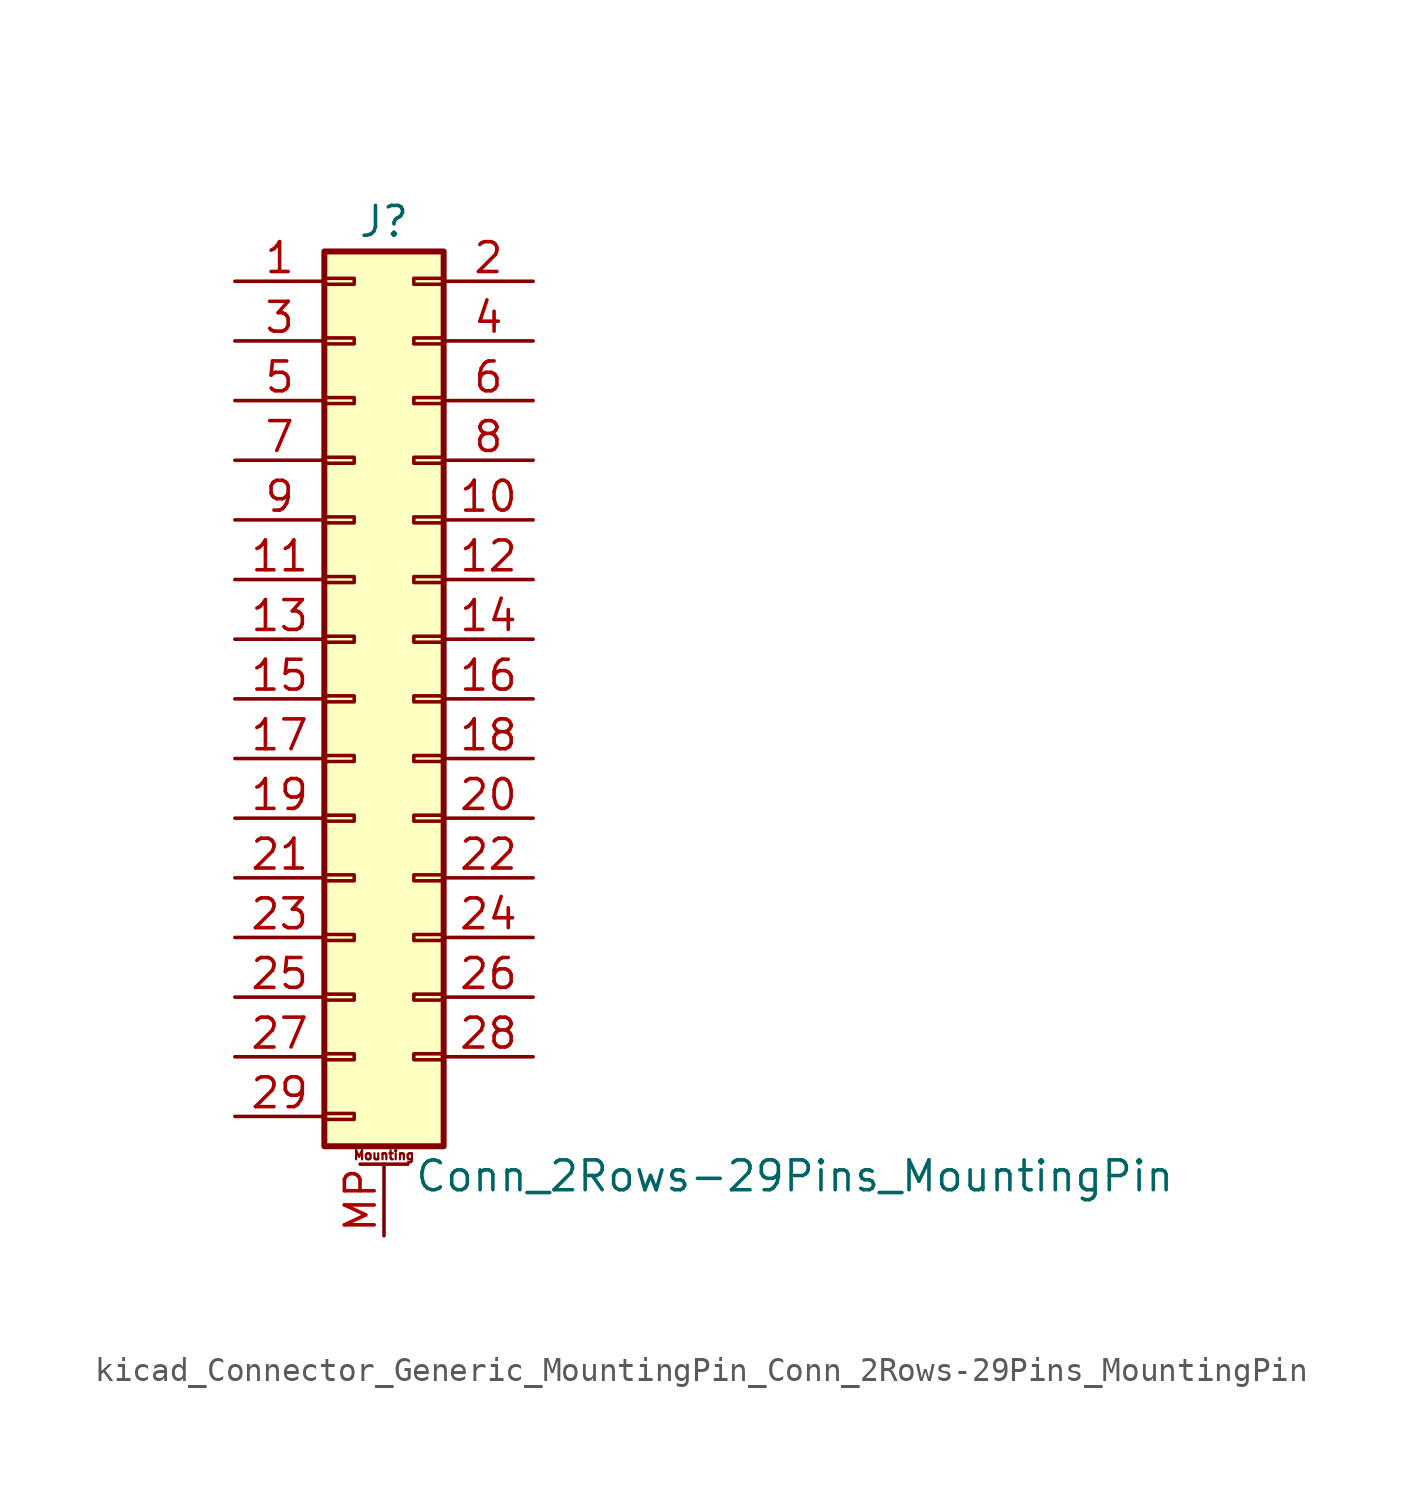
<source format=kicad_sym>
(kicad_symbol_lib
  (version 20220914)
  (generator kicad_symbol_editor)
  (symbol "kicad_Connector_Generic_MountingPin_Conn_2Rows-29Pins_MountingPin"
    (pin_names
      (offset 1.016) hide)
    (property "Reference" "J"
      (at 1.27 20.32 0)
      (effects (font (size 1.27 1.27))))
    (property "Value" "Conn_2Rows-29Pins_MountingPin"
      (at 2.54 -20.32 0)
      (effects (font (size 1.27 1.27)) (justify left)))
    (symbol "kicad_Connector_Generic_MountingPin_Conn_2Rows-29Pins_MountingPin_1_1"
      (rectangle (start -1.27 -17.653) (end 0 -17.907) (stroke (width 0.152) (type default)) (fill (type none)))
      (rectangle (start -1.27 -15.113) (end 0 -15.367) (stroke (width 0.152) (type default)) (fill (type none)))
      (rectangle (start -1.27 -12.573) (end 0 -12.827) (stroke (width 0.152) (type default)) (fill (type none)))
      (rectangle (start -1.27 -10.033) (end 0 -10.287) (stroke (width 0.152) (type default)) (fill (type none)))
      (rectangle (start -1.27 -7.493) (end 0 -7.747) (stroke (width 0.152) (type default)) (fill (type none)))
      (rectangle (start -1.27 -4.953) (end 0 -5.207) (stroke (width 0.152) (type default)) (fill (type none)))
      (rectangle (start -1.27 -2.413) (end 0 -2.667) (stroke (width 0.152) (type default)) (fill (type none)))
      (rectangle (start -1.27 0.127) (end 0 -0.127) (stroke (width 0.152) (type default)) (fill (type none)))
      (rectangle (start -1.27 2.667) (end 0 2.413) (stroke (width 0.152) (type default)) (fill (type none)))
      (rectangle (start -1.27 5.207) (end 0 4.953) (stroke (width 0.152) (type default)) (fill (type none)))
      (rectangle (start -1.27 7.747) (end 0 7.493) (stroke (width 0.152) (type default)) (fill (type none)))
      (rectangle (start -1.27 10.287) (end 0 10.033) (stroke (width 0.152) (type default)) (fill (type none)))
      (rectangle (start -1.27 12.827) (end 0 12.573) (stroke (width 0.152) (type default)) (fill (type none)))
      (rectangle (start -1.27 15.367) (end 0 15.113) (stroke (width 0.152) (type default)) (fill (type none)))
      (rectangle (start -1.27 17.907) (end 0 17.653) (stroke (width 0.152) (type default)) (fill (type none)))
      (rectangle (start -1.27 19.05) (end 3.81 -19.05) (stroke (width 0.254) (type default)) (fill (type background)))
      (polyline (pts (xy 0.254 -19.812) (xy 2.286 -19.812)) (stroke (width 0.152) (type default)) (fill (type none)))
      (rectangle (start 3.81 -15.113) (end 2.54 -15.367) (stroke (width 0.152) (type default)) (fill (type none)))
      (rectangle (start 3.81 -12.573) (end 2.54 -12.827) (stroke (width 0.152) (type default)) (fill (type none)))
      (rectangle (start 3.81 -10.033) (end 2.54 -10.287) (stroke (width 0.152) (type default)) (fill (type none)))
      (rectangle (start 3.81 -7.493) (end 2.54 -7.747) (stroke (width 0.152) (type default)) (fill (type none)))
      (rectangle (start 3.81 -4.953) (end 2.54 -5.207) (stroke (width 0.152) (type default)) (fill (type none)))
      (rectangle (start 3.81 -2.413) (end 2.54 -2.667) (stroke (width 0.152) (type default)) (fill (type none)))
      (rectangle (start 3.81 0.127) (end 2.54 -0.127) (stroke (width 0.152) (type default)) (fill (type none)))
      (rectangle (start 3.81 2.667) (end 2.54 2.413) (stroke (width 0.152) (type default)) (fill (type none)))
      (rectangle (start 3.81 5.207) (end 2.54 4.953) (stroke (width 0.152) (type default)) (fill (type none)))
      (rectangle (start 3.81 7.747) (end 2.54 7.493) (stroke (width 0.152) (type default)) (fill (type none)))
      (rectangle (start 3.81 10.287) (end 2.54 10.033) (stroke (width 0.152) (type default)) (fill (type none)))
      (rectangle (start 3.81 12.827) (end 2.54 12.573) (stroke (width 0.152) (type default)) (fill (type none)))
      (rectangle (start 3.81 15.367) (end 2.54 15.113) (stroke (width 0.152) (type default)) (fill (type none)))
      (rectangle (start 3.81 17.907) (end 2.54 17.653) (stroke (width 0.152) (type default)) (fill (type none)))
      (text "Mounting" (at 1.27 -19.431 0) (effects (font (size 0.381 0.381))))
      (pin passive line (at -5.08 17.78 0) (length 3.81) (name "Pin_1" (effects (font (size 1.27 1.27)))) (number "1" (effects (font (size 1.27 1.27)))))
      (pin passive line (at 7.62 7.62 180) (length 3.81) (name "Pin_10" (effects (font (size 1.27 1.27)))) (number "10" (effects (font (size 1.27 1.27)))))
      (pin passive line (at -5.08 5.08 0) (length 3.81) (name "Pin_11" (effects (font (size 1.27 1.27)))) (number "11" (effects (font (size 1.27 1.27)))))
      (pin passive line (at 7.62 5.08 180) (length 3.81) (name "Pin_12" (effects (font (size 1.27 1.27)))) (number "12" (effects (font (size 1.27 1.27)))))
      (pin passive line (at -5.08 2.54 0) (length 3.81) (name "Pin_13" (effects (font (size 1.27 1.27)))) (number "13" (effects (font (size 1.27 1.27)))))
      (pin passive line (at 7.62 2.54 180) (length 3.81) (name "Pin_14" (effects (font (size 1.27 1.27)))) (number "14" (effects (font (size 1.27 1.27)))))
      (pin passive line (at -5.08 0 0) (length 3.81) (name "Pin_15" (effects (font (size 1.27 1.27)))) (number "15" (effects (font (size 1.27 1.27)))))
      (pin passive line (at 7.62 0 180) (length 3.81) (name "Pin_16" (effects (font (size 1.27 1.27)))) (number "16" (effects (font (size 1.27 1.27)))))
      (pin passive line (at -5.08 -2.54 0) (length 3.81) (name "Pin_17" (effects (font (size 1.27 1.27)))) (number "17" (effects (font (size 1.27 1.27)))))
      (pin passive line (at 7.62 -2.54 180) (length 3.81) (name "Pin_18" (effects (font (size 1.27 1.27)))) (number "18" (effects (font (size 1.27 1.27)))))
      (pin passive line (at -5.08 -5.08 0) (length 3.81) (name "Pin_19" (effects (font (size 1.27 1.27)))) (number "19" (effects (font (size 1.27 1.27)))))
      (pin passive line (at 7.62 17.78 180) (length 3.81) (name "Pin_2" (effects (font (size 1.27 1.27)))) (number "2" (effects (font (size 1.27 1.27)))))
      (pin passive line (at 7.62 -5.08 180) (length 3.81) (name "Pin_20" (effects (font (size 1.27 1.27)))) (number "20" (effects (font (size 1.27 1.27)))))
      (pin passive line (at -5.08 -7.62 0) (length 3.81) (name "Pin_21" (effects (font (size 1.27 1.27)))) (number "21" (effects (font (size 1.27 1.27)))))
      (pin passive line (at 7.62 -7.62 180) (length 3.81) (name "Pin_22" (effects (font (size 1.27 1.27)))) (number "22" (effects (font (size 1.27 1.27)))))
      (pin passive line (at -5.08 -10.16 0) (length 3.81) (name "Pin_23" (effects (font (size 1.27 1.27)))) (number "23" (effects (font (size 1.27 1.27)))))
      (pin passive line (at 7.62 -10.16 180) (length 3.81) (name "Pin_24" (effects (font (size 1.27 1.27)))) (number "24" (effects (font (size 1.27 1.27)))))
      (pin passive line (at -5.08 -12.7 0) (length 3.81) (name "Pin_25" (effects (font (size 1.27 1.27)))) (number "25" (effects (font (size 1.27 1.27)))))
      (pin passive line (at 7.62 -12.7 180) (length 3.81) (name "Pin_26" (effects (font (size 1.27 1.27)))) (number "26" (effects (font (size 1.27 1.27)))))
      (pin passive line (at -5.08 -15.24 0) (length 3.81) (name "Pin_27" (effects (font (size 1.27 1.27)))) (number "27" (effects (font (size 1.27 1.27)))))
      (pin passive line (at 7.62 -15.24 180) (length 3.81) (name "Pin_28" (effects (font (size 1.27 1.27)))) (number "28" (effects (font (size 1.27 1.27)))))
      (pin passive line (at -5.08 -17.78 0) (length 3.81) (name "Pin_29" (effects (font (size 1.27 1.27)))) (number "29" (effects (font (size 1.27 1.27)))))
      (pin passive line (at -5.08 15.24 0) (length 3.81) (name "Pin_3" (effects (font (size 1.27 1.27)))) (number "3" (effects (font (size 1.27 1.27)))))
      (pin passive line (at 7.62 15.24 180) (length 3.81) (name "Pin_4" (effects (font (size 1.27 1.27)))) (number "4" (effects (font (size 1.27 1.27)))))
      (pin passive line (at -5.08 12.7 0) (length 3.81) (name "Pin_5" (effects (font (size 1.27 1.27)))) (number "5" (effects (font (size 1.27 1.27)))))
      (pin passive line (at 7.62 12.7 180) (length 3.81) (name "Pin_6" (effects (font (size 1.27 1.27)))) (number "6" (effects (font (size 1.27 1.27)))))
      (pin passive line (at -5.08 10.16 0) (length 3.81) (name "Pin_7" (effects (font (size 1.27 1.27)))) (number "7" (effects (font (size 1.27 1.27)))))
      (pin passive line (at 7.62 10.16 180) (length 3.81) (name "Pin_8" (effects (font (size 1.27 1.27)))) (number "8" (effects (font (size 1.27 1.27)))))
      (pin passive line (at -5.08 7.62 0) (length 3.81) (name "Pin_9" (effects (font (size 1.27 1.27)))) (number "9" (effects (font (size 1.27 1.27)))))
      (pin passive line (at 1.27 -22.86 90) (length 3.048) (name "MountPin" (effects (font (size 1.27 1.27)))) (number "MP" (effects (font (size 1.27 1.27))))))))
</source>
